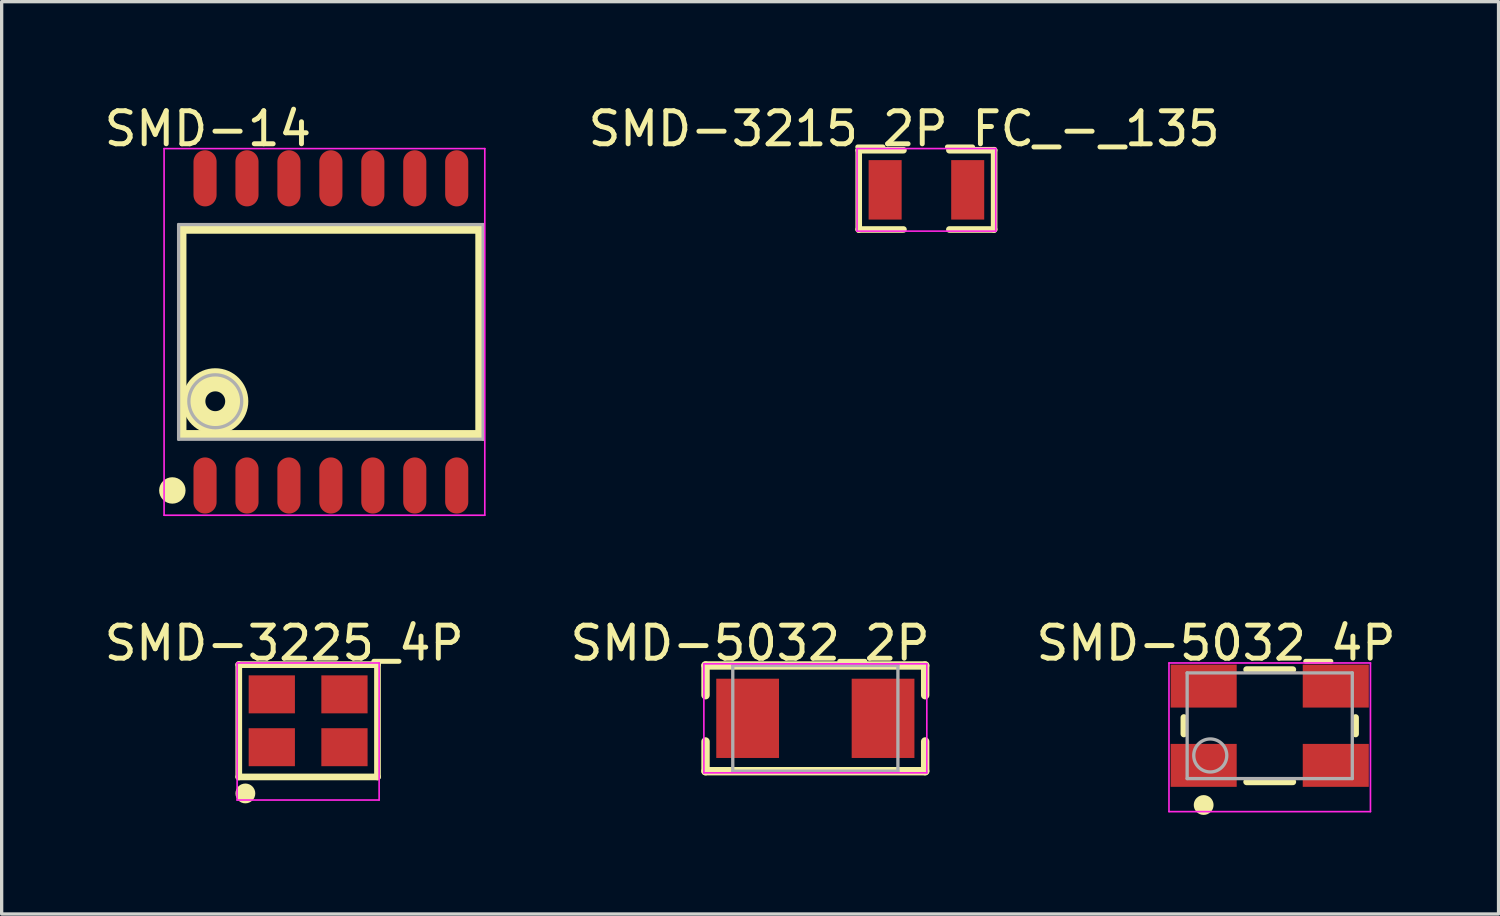
<source format=kicad_pcb>
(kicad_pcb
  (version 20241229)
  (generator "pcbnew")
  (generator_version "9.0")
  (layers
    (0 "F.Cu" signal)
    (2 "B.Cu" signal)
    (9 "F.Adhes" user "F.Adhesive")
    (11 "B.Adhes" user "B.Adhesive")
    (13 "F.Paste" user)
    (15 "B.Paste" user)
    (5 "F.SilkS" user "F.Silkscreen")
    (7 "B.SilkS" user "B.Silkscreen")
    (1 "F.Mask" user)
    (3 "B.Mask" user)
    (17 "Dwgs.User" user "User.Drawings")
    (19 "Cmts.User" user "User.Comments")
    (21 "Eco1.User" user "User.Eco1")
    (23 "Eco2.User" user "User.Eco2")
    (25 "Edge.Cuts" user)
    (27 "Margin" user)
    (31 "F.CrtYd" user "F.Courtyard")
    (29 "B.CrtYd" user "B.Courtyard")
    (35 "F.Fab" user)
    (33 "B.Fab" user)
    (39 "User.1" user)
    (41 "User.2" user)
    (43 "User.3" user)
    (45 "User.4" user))
  (footprint "SMD-5032_2P"
    (layer "F.Cu")
    (at 21.636 18.699)
    (property "Reference" "SMD-5032_2P" (at -1.976 -2.276 0) (layer "F.SilkS") (effects (font (size 1 1) (thickness 0.15))))
    (attr through_hole)
    (fp_line (start -3.325 -1.6) (end 3.325 -1.6) (stroke (width 0.254) (type solid)) (layer "F.SilkS"))
    (fp_line (start -3.325 -0.7) (end -3.325 -1.6) (stroke (width 0.254) (type solid)) (layer "F.SilkS"))
    (fp_line (start -3.325 1.6) (end -3.325 0.7) (stroke (width 0.254) (type solid)) (layer "F.SilkS"))
    (fp_line (start -3.325 1.6) (end 3.325 1.6) (stroke (width 0.254) (type solid)) (layer "F.SilkS"))
    (fp_line (start 3.325 -0.7) (end 3.325 -1.6) (stroke (width 0.254) (type solid)) (layer "F.SilkS"))
    (fp_line (start 3.325 1.6) (end 3.325 0.7) (stroke (width 0.254) (type solid)) (layer "F.SilkS"))
    (fp_line (start -3.375 -1.65) (end 3.375 -1.65) (stroke (width 0.05) (type solid)) (layer "F.CrtYd"))
    (fp_line (start -3.375 1.65) (end -3.375 -1.65) (stroke (width 0.05) (type solid)) (layer "F.CrtYd"))
    (fp_line (start 3.375 -1.65) (end 3.375 1.65) (stroke (width 0.05) (type solid)) (layer "F.CrtYd"))
    (fp_line (start 3.375 1.65) (end -3.375 1.65) (stroke (width 0.05) (type solid)) (layer "F.CrtYd"))
    (fp_line (start -2.5 -1.6) (end 2.5 -1.6) (stroke (width 0.1) (type solid)) (layer "F.Fab"))
    (fp_line (start -2.5 1.6) (end -2.5 -1.6) (stroke (width 0.1) (type solid)) (layer "F.Fab"))
    (fp_line (start -2.5 1.6) (end 2.5 1.6) (stroke (width 0.1) (type solid)) (layer "F.Fab"))
    (fp_line (start 2.5 1.6) (end 2.5 -1.6) (stroke (width 0.1) (type solid)) (layer "F.Fab"))
    (pad "1" smd rect (at -2.05 0 90) (size 2.4 1.9) (layers "F.Cu" "F.Mask" "F.Paste"))
    (pad "2" smd rect (at 2.05 0 90) (size 2.4 1.9) (layers "F.Cu" "F.Mask" "F.Paste")))
  (footprint "SMD-3215_2P_FC_-_135"
    (layer "F.Cu")
    (at 24.999 2.698)
    (property "Reference" "SMD-3215_2P_FC_-_135" (at -0.674 -1.849 0) (layer "F.SilkS") (effects (font (size 1 1) (thickness 0.15))))
    (attr through_hole)
    (fp_line (start -2.05 -1.2) (end -0.695 -1.2) (stroke (width 0.2) (type solid)) (layer "F.SilkS"))
    (fp_line (start -2.05 1.2) (end -2.05 -1.2) (stroke (width 0.2) (type solid)) (layer "F.SilkS"))
    (fp_line (start -2.05 1.2) (end -0.695 1.2) (stroke (width 0.2) (type solid)) (layer "F.SilkS"))
    (fp_line (start 0.695 -1.2) (end 2.05 -1.2) (stroke (width 0.2) (type solid)) (layer "F.SilkS"))
    (fp_line (start 0.695 1.2) (end 2.05 1.2) (stroke (width 0.2) (type solid)) (layer "F.SilkS"))
    (fp_line (start 2.05 1.2) (end 2.05 -1.2) (stroke (width 0.2) (type solid)) (layer "F.SilkS"))
    (fp_line (start -2.1 -1.25) (end 2.1 -1.25) (stroke (width 0.05) (type solid)) (layer "F.CrtYd"))
    (fp_line (start -2.1 1.25) (end -2.1 -1.25) (stroke (width 0.05) (type solid)) (layer "F.CrtYd"))
    (fp_line (start 2.1 -1.25) (end 2.1 1.25) (stroke (width 0.05) (type solid)) (layer "F.CrtYd"))
    (fp_line (start 2.1 1.25) (end -2.1 1.25) (stroke (width 0.05) (type solid)) (layer "F.CrtYd"))
    (pad "1" smd rect (at -1.25 0) (size 1 1.8) (layers "F.Cu" "F.Mask" "F.Paste"))
    (pad "2" smd rect (at 1.25 0) (size 1 1.8) (layers "F.Cu" "F.Mask" "F.Paste")))
  (footprint "SMD-5032_4P"
    (layer "F.Cu")
    (at 35.393 18.923)
    (property "Reference" "SMD-5032_4P" (at -1.625 -2.501 0) (layer "F.SilkS") (effects (font (size 1 1) (thickness 0.15))))
    (attr through_hole)
    (fp_line (start -2.6 0.25) (end -2.6 -0.25) (stroke (width 0.2) (type solid)) (layer "F.SilkS"))
    (fp_line (start -0.7 -1.7) (end 0.7 -1.7) (stroke (width 0.2) (type solid)) (layer "F.SilkS"))
    (fp_line (start -0.7 1.7) (end 0.7 1.7) (stroke (width 0.2) (type solid)) (layer "F.SilkS"))
    (fp_line (start 2.6 0.25) (end 2.6 -0.25) (stroke (width 0.2) (type solid)) (layer "F.SilkS"))
    (fp_circle (center -2 2.4) (end -1.85 2.4) (stroke (width 0.3) (type solid)) (fill no) (layer "F.SilkS"))
    (fp_line (start -3.05 -1.9) (end 3.05 -1.9) (stroke (width 0.05) (type solid)) (layer "F.CrtYd"))
    (fp_line (start -3.05 2.6) (end -3.05 -1.9) (stroke (width 0.05) (type solid)) (layer "F.CrtYd"))
    (fp_line (start 3.05 -1.9) (end 3.05 2.6) (stroke (width 0.05) (type solid)) (layer "F.CrtYd"))
    (fp_line (start 3.05 2.6) (end -3.05 2.6) (stroke (width 0.05) (type solid)) (layer "F.CrtYd"))
    (fp_line (start -2.5 -1.6) (end 2.5 -1.6) (stroke (width 0.1) (type solid)) (layer "F.Fab"))
    (fp_line (start -2.5 1.6) (end -2.5 -1.6) (stroke (width 0.1) (type solid)) (layer "F.Fab"))
    (fp_line (start -2.5 1.6) (end 2.5 1.6) (stroke (width 0.1) (type solid)) (layer "F.Fab"))
    (fp_line (start 2.5 1.6) (end 2.5 -1.6) (stroke (width 0.1) (type solid)) (layer "F.Fab"))
    (fp_circle (center -1.8 0.9) (end -1.3 0.9) (stroke (width 0.1) (type solid)) (fill no) (layer "F.Fab"))
    (pad "1" smd rect (at -2 1.2) (size 2 1.3) (layers "F.Cu" "F.Mask" "F.Paste"))
    (pad "2" smd rect (at 2 1.2) (size 2 1.3) (layers "F.Cu" "F.Mask" "F.Paste"))
    (pad "3" smd rect (at 2 -1.2) (size 2 1.3) (layers "F.Cu" "F.Mask" "F.Paste"))
    (pad "4" smd rect (at -2 -1.2) (size 2 1.3) (layers "F.Cu" "F.Mask" "F.Paste")))
  (footprint "SMD-14"
    (layer "F.Cu")
    (at 6.968 6.999)
    (property "Reference" "SMD-14" (at -3.724 -6.151 0) (layer "F.SilkS") (effects (font (size 1 1) (thickness 0.15))))
    (attr through_hole)
    (fp_line (start -4.5 -3.1) (end 4.5 -3.1) (stroke (width 0.254) (type solid)) (layer "F.SilkS"))
    (fp_line (start -4.5 3.1) (end -4.5 -3.1) (stroke (width 0.254) (type solid)) (layer "F.SilkS"))
    (fp_line (start -4.5 3.1) (end 4.5 3.1) (stroke (width 0.254) (type solid)) (layer "F.SilkS"))
    (fp_line (start 4.5 3.1) (end 4.5 -3.1) (stroke (width 0.254) (type solid)) (layer "F.SilkS"))
    (fp_circle (center -4.8 4.8) (end -4.6 4.8) (stroke (width 0.4) (type solid)) (fill no) (layer "F.SilkS"))
    (fp_circle (center -3.5 2.1) (end -3.2 2.1) (stroke (width 0.7) (type solid)) (fill no) (layer "F.SilkS"))
    (fp_line (start -5.05 -5.55) (end 4.66 -5.55) (stroke (width 0.05) (type solid)) (layer "F.CrtYd"))
    (fp_line (start -5.05 5.55) (end -5.05 -5.55) (stroke (width 0.05) (type solid)) (layer "F.CrtYd"))
    (fp_line (start 4.66 -5.55) (end 4.66 5.55) (stroke (width 0.05) (type solid)) (layer "F.CrtYd"))
    (fp_line (start 4.66 5.55) (end -5.05 5.55) (stroke (width 0.05) (type solid)) (layer "F.CrtYd"))
    (fp_line (start -4.61 -3.25) (end 4.61 -3.25) (stroke (width 0.1) (type solid)) (layer "F.Fab"))
    (fp_line (start -4.61 3.25) (end -4.61 -3.25) (stroke (width 0.1) (type solid)) (layer "F.Fab"))
    (fp_line (start -4.61 3.25) (end 4.61 3.25) (stroke (width 0.1) (type solid)) (layer "F.Fab"))
    (fp_line (start 4.61 3.25) (end 4.61 -3.25) (stroke (width 0.1) (type solid)) (layer "F.Fab"))
    (fp_circle (center -3.5 2.1) (end -2.7 2.1) (stroke (width 0.1) (type solid)) (fill no) (layer "F.Fab"))
    (pad "1" smd oval (at -3.81 4.65 270) (size 1.7 0.7) (layers "F.Cu" "F.Mask" "F.Paste"))
    (pad "2" smd oval (at -2.54 4.65 270) (size 1.7 0.7) (layers "F.Cu" "F.Mask" "F.Paste"))
    (pad "3" smd oval (at -1.27 4.65 270) (size 1.7 0.7) (layers "F.Cu" "F.Mask" "F.Paste"))
    (pad "4" smd oval (at 0 4.65 270) (size 1.7 0.7) (layers "F.Cu" "F.Mask" "F.Paste"))
    (pad "5" smd oval (at 1.27 4.65 270) (size 1.7 0.7) (layers "F.Cu" "F.Mask" "F.Paste"))
    (pad "6" smd oval (at 2.54 4.65 270) (size 1.7 0.7) (layers "F.Cu" "F.Mask" "F.Paste"))
    (pad "7" smd oval (at 3.81 4.65 270) (size 1.7 0.7) (layers "F.Cu" "F.Mask" "F.Paste"))
    (pad "8" smd oval (at 3.81 -4.65 90) (size 1.7 0.7) (layers "F.Cu" "F.Mask" "F.Paste"))
    (pad "9" smd oval (at 2.54 -4.65 90) (size 1.7 0.7) (layers "F.Cu" "F.Mask" "F.Paste"))
    (pad "10" smd oval (at 1.27 -4.65 90) (size 1.7 0.7) (layers "F.Cu" "F.Mask" "F.Paste"))
    (pad "11" smd oval (at 0 -4.65 90) (size 1.7 0.7) (layers "F.Cu" "F.Mask" "F.Paste"))
    (pad "12" smd oval (at -1.27 -4.65 90) (size 1.7 0.7) (layers "F.Cu" "F.Mask" "F.Paste"))
    (pad "13" smd oval (at -2.54 -4.65 90) (size 1.7 0.7) (layers "F.Cu" "F.Mask" "F.Paste"))
    (pad "14" smd oval (at -3.81 -4.65 90) (size 1.7 0.7) (layers "F.Cu" "F.Mask" "F.Paste")))
  (footprint "SMD-3225_4P"
    (layer "F.Cu")
    (at 6.279 18.773)
    (property "Reference" "SMD-3225_4P" (at -0.725 -2.351 0) (layer "F.SilkS") (effects (font (size 1 1) (thickness 0.15))))
    (attr through_hole)
    (fp_line (start -2.1 -1.7) (end 2.1 -1.7) (stroke (width 0.203) (type solid)) (layer "F.SilkS"))
    (fp_line (start -2.1 1.7) (end -2.1 -1.7) (stroke (width 0.203) (type solid)) (layer "F.SilkS"))
    (fp_line (start -2.1 1.7) (end 2.1 1.7) (stroke (width 0.203) (type solid)) (layer "F.SilkS"))
    (fp_line (start 2.1 1.7) (end 2.1 -1.7) (stroke (width 0.203) (type solid)) (layer "F.SilkS"))
    (fp_circle (center -1.9 2.2) (end -1.75 2.2) (stroke (width 0.3) (type solid)) (fill no) (layer "F.SilkS"))
    (fp_line (start -2.15 -1.75) (end 2.15 -1.75) (stroke (width 0.05) (type solid)) (layer "F.CrtYd"))
    (fp_line (start -2.15 2.4) (end -2.15 -1.75) (stroke (width 0.05) (type solid)) (layer "F.CrtYd"))
    (fp_line (start 2.15 -1.75) (end 2.15 2.4) (stroke (width 0.05) (type solid)) (layer "F.CrtYd"))
    (fp_line (start 2.15 2.4) (end -2.15 2.4) (stroke (width 0.05) (type solid)) (layer "F.CrtYd"))
    (pad "1" smd rect (at -1.1 0.8) (size 1.4 1.15) (layers "F.Cu" "F.Mask" "F.Paste"))
    (pad "2" smd rect (at 1.1 0.8) (size 1.4 1.15) (layers "F.Cu" "F.Mask" "F.Paste"))
    (pad "3" smd rect (at 1.1 -0.8) (size 1.4 1.15) (layers "F.Cu" "F.Mask" "F.Paste"))
    (pad "4" smd rect (at -1.1 -0.8) (size 1.4 1.15) (layers "F.Cu" "F.Mask" "F.Paste")))
  (gr_rect
    (start -3 -3)
    (end 42.321 24.623)
    (stroke (width 0.1) (type default))
    (fill no)
    (layer "Edge.Cuts")))
</source>
